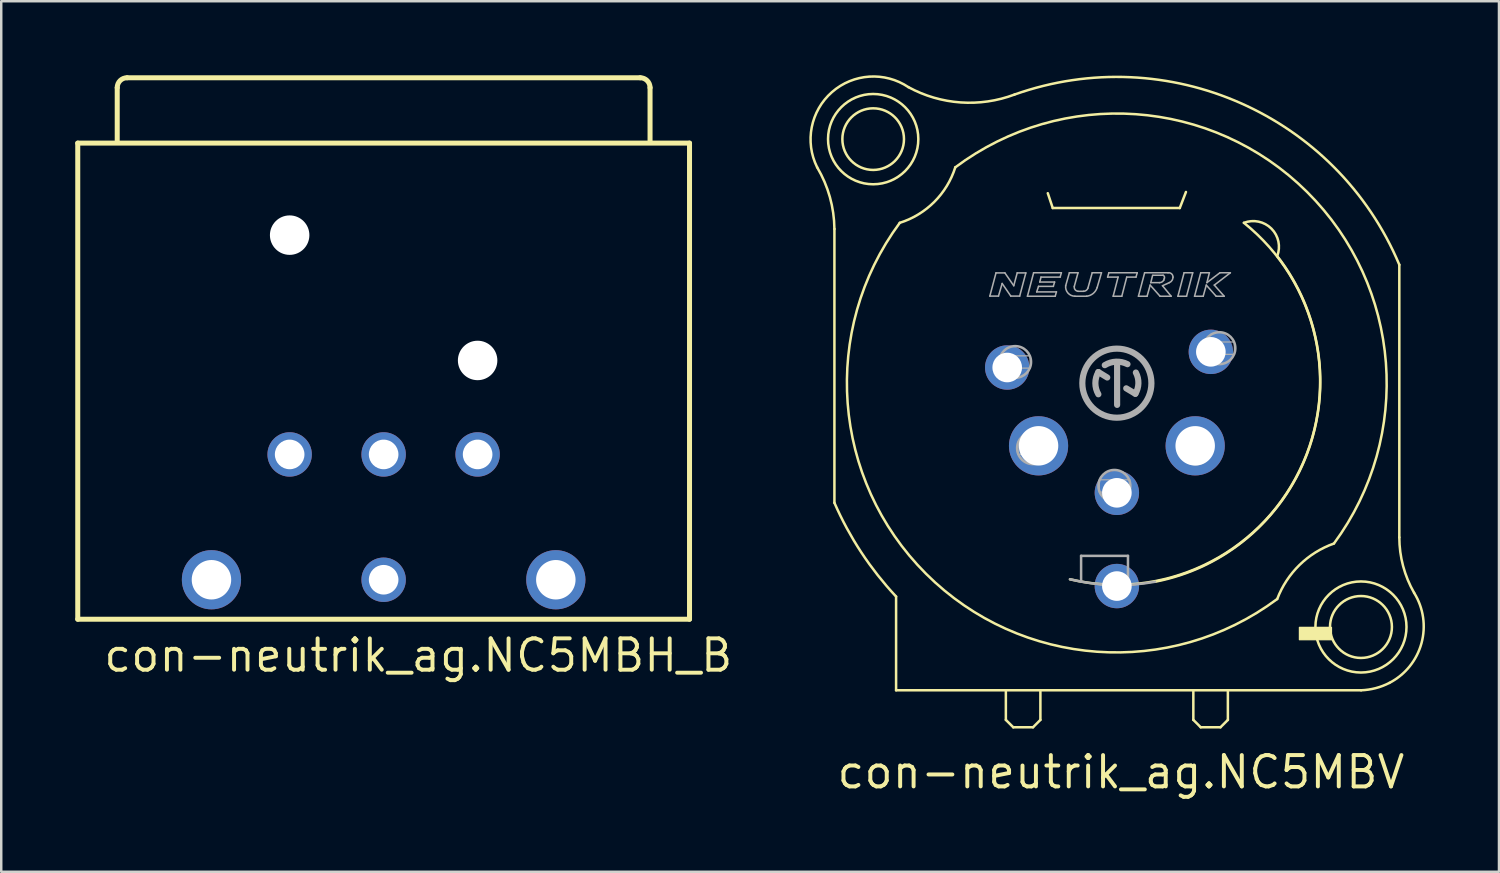
<source format=kicad_pcb>
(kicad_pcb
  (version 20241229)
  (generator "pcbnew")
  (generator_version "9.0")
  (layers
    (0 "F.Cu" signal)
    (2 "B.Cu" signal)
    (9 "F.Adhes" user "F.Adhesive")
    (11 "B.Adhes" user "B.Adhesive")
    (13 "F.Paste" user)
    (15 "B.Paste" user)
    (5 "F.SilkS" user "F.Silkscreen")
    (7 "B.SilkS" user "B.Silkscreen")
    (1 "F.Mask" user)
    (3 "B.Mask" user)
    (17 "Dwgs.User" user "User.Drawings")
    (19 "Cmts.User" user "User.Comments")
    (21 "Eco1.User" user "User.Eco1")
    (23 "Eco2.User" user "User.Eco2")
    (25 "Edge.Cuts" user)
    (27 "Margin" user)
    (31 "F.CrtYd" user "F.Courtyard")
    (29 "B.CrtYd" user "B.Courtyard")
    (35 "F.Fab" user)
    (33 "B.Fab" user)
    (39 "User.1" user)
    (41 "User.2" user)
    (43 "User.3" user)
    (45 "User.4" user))
  (footprint "con-neutrik_ag.NC5MBV"
    (layer "F.Cu")
    (at 42.226 12.483)
    (property "Reference" "con-neutrik_ag.NC5MBV" (at -11.43 16.51 0) (layer "F.SilkS") (effects (font (size 1.27 1.27) (thickness 0.16)) (justify left bottom)))
    (attr through_hole)
    (fp_line (start -11.45 -6.25) (end -11.45 4.85) (stroke (width 0.102) (type default)) (layer "F.SilkS"))
    (fp_line (start -8.95 8.65) (end -8.95 12.45) (stroke (width 0.102) (type default)) (layer "F.SilkS"))
    (fp_line (start -8.95 12.45) (end 9.9 12.45) (stroke (width 0.102) (type default)) (layer "F.SilkS"))
    (fp_line (start -4.5 12.5) (end -4.5 13.65) (stroke (width 0.102) (type default)) (layer "F.SilkS"))
    (fp_line (start -4.5 13.65) (end -4.2 13.95) (stroke (width 0.102) (type default)) (layer "F.SilkS"))
    (fp_line (start -4.2 13.95) (end -3.4 13.95) (stroke (width 0.102) (type default)) (layer "F.SilkS"))
    (fp_line (start -3.4 13.95) (end -3.1 13.65) (stroke (width 0.102) (type default)) (layer "F.SilkS"))
    (fp_line (start -3.1 13.65) (end -3.1 12.5) (stroke (width 0.102) (type default)) (layer "F.SilkS"))
    (fp_line (start -2.8 -7.7) (end -2.6 -7.1) (stroke (width 0.102) (type default)) (layer "F.SilkS"))
    (fp_line (start -2.6 -7.1) (end 2.55 -7.1) (stroke (width 0.102) (type default)) (layer "F.SilkS"))
    (fp_line (start 2.55 -7.1) (end 2.8 -7.75) (stroke (width 0.102) (type default)) (layer "F.SilkS"))
    (fp_line (start 3.1 12.5) (end 3.1 13.65) (stroke (width 0.102) (type default)) (layer "F.SilkS"))
    (fp_line (start 3.1 13.65) (end 3.4 13.95) (stroke (width 0.102) (type default)) (layer "F.SilkS"))
    (fp_line (start 3.4 13.95) (end 4.2 13.95) (stroke (width 0.102) (type default)) (layer "F.SilkS"))
    (fp_line (start 4.2 13.95) (end 4.5 13.65) (stroke (width 0.102) (type default)) (layer "F.SilkS"))
    (fp_line (start 4.5 13.65) (end 4.5 12.5) (stroke (width 0.102) (type default)) (layer "F.SilkS"))
    (fp_line (start 11.45 6.25) (end 11.45 -4.8) (stroke (width 0.102) (type default)) (layer "F.SilkS"))
    (fp_rect (start 7.4 10.4) (end 8.7 9.9) (stroke (width 0.05) (type default)) (fill yes) (layer "F.SilkS"))
    (fp_arc (start -12.15 -8.75) (mid -11.634641 -7.5463) (end -11.45 -6.25) (stroke (width 0.1016) (type default)) (layer "F.SilkS"))
    (fp_arc (start -12.15 -8.75) (mid -11.550563 -11.798718) (end -8.45 -12) (stroke (width 0.1016) (type default)) (layer "F.SilkS"))
    (fp_arc (start -8.95 8.65) (mid -10.362445 6.856872) (end -11.45 4.85) (stroke (width 0.1016) (type default)) (layer "F.SilkS"))
    (fp_arc (start -6.55 -8.75) (mid -7.399996 -7.349996) (end -8.8 -6.5) (stroke (width 0.1016) (type default)) (layer "F.SilkS"))
    (fp_arc (start -6.55 -8.75) (mid 7.709647 -7.752825) (end 8.8 6.5) (stroke (width 0.1016) (type default)) (layer "F.SilkS"))
    (fp_arc (start -4.15 -11.7) (mid -6.332781 -11.380141) (end -8.45 -12) (stroke (width 0.1016) (type default)) (layer "F.SilkS"))
    (fp_arc (start -4.15 -11.7) (mid 5.021613 -11.351038) (end 11.45 -4.8) (stroke (width 0.1016) (type default)) (layer "F.SilkS"))
    (fp_arc (start 5.15 -6.5) (mid 7.4058 3.54539) (end -1.9 7.95) (stroke (width 0.1016) (type default)) (layer "F.SilkS"))
    (fp_arc (start 5.15 -6.5) (mid 6.265153 -6.265153) (end 6.5 -5.15) (stroke (width 0.1016) (type default)) (layer "F.SilkS"))
    (fp_arc (start 6.5 -5.15) (mid 7.719786 2.835545) (end 1.55 8.05) (stroke (width 0.1016) (type default)) (layer "F.SilkS"))
    (fp_arc (start 6.5 8.75) (mid -7.733301 7.729886) (end -8.8 -6.5) (stroke (width 0.1016) (type default)) (layer "F.SilkS"))
    (fp_arc (start 6.5 8.75) (mid 7.402433 7.371932) (end 8.8 6.5) (stroke (width 0.1016) (type default)) (layer "F.SilkS"))
    (fp_arc (start 11.05 12.15) (mid 10.491533 12.363377) (end 9.9 12.45) (stroke (width 0.1016) (type default)) (layer "F.SilkS"))
    (fp_arc (start 12.05 8.5) (mid 12.348211 10.543688) (end 11.05 12.15) (stroke (width 0.1016) (type default)) (layer "F.SilkS"))
    (fp_arc (start 12.05 8.5) (mid 11.603713 7.41401) (end 11.45 6.25) (stroke (width 0.1016) (type default)) (layer "F.SilkS"))
    (fp_circle (center -9.879 -9.893) (end -8.63 -9.893) (stroke (width 0.102) (type default)) (fill no) (layer "F.SilkS"))
    (fp_circle (center -9.879 -9.893) (end -8.049 -9.893) (stroke (width 0.102) (type default)) (fill no) (layer "F.SilkS"))
    (fp_circle (center 9.895 9.884) (end 11.15 9.884) (stroke (width 0.102) (type default)) (fill no) (layer "F.SilkS"))
    (fp_circle (center 9.895 9.884) (end 11.741 9.884) (stroke (width 0.102) (type default)) (fill no) (layer "F.SilkS"))
    (fp_line (start -5.15 -3.53) (end -4.9 -4.47) (stroke (width 0.063) (type default)) (layer "F.Fab"))
    (fp_line (start -4.9 -4.47) (end -4.54 -4.47) (stroke (width 0.063) (type default)) (layer "F.Fab"))
    (fp_line (start -4.8 -3.53) (end -5.15 -3.53) (stroke (width 0.063) (type default)) (layer "F.Fab"))
    (fp_line (start -4.65 -4.04) (end -4.8 -3.53) (stroke (width 0.063) (type default)) (layer "F.Fab"))
    (fp_line (start -4.54 -4.47) (end -4.18 -3.95) (stroke (width 0.063) (type default)) (layer "F.Fab"))
    (fp_line (start -4.3 -3.53) (end -4.65 -4.04) (stroke (width 0.063) (type default)) (layer "F.Fab"))
    (fp_line (start -4.18 -3.95) (end -4.04 -4.47) (stroke (width 0.063) (type default)) (layer "F.Fab"))
    (fp_line (start -4.04 -4.47) (end -3.69 -4.47) (stroke (width 0.063) (type default)) (layer "F.Fab"))
    (fp_line (start -3.94 -3.53) (end -4.3 -3.53) (stroke (width 0.063) (type default)) (layer "F.Fab"))
    (fp_line (start -3.69 -4.47) (end -3.94 -3.53) (stroke (width 0.063) (type default)) (layer "F.Fab"))
    (fp_line (start -3.625 -3.525) (end -3.375 -4.475) (stroke (width 0.063) (type default)) (layer "F.Fab"))
    (fp_line (start -3.375 -4.475) (end -2.25 -4.475) (stroke (width 0.063) (type default)) (layer "F.Fab"))
    (fp_line (start -3.25 -3.7) (end -2.45 -3.7) (stroke (width 0.063) (type default)) (layer "F.Fab"))
    (fp_line (start -3.175 -3.925) (end -3.25 -3.7) (stroke (width 0.063) (type default)) (layer "F.Fab"))
    (fp_line (start -3.125 -4.1) (end -2.525 -4.1) (stroke (width 0.063) (type default)) (layer "F.Fab"))
    (fp_line (start -3.075 -4.3) (end -3.125 -4.1) (stroke (width 0.063) (type default)) (layer "F.Fab"))
    (fp_line (start -2.575 -3.925) (end -3.175 -3.925) (stroke (width 0.063) (type default)) (layer "F.Fab"))
    (fp_line (start -2.525 -4.1) (end -2.575 -3.925) (stroke (width 0.063) (type default)) (layer "F.Fab"))
    (fp_line (start -2.5 -3.525) (end -3.625 -3.525) (stroke (width 0.063) (type default)) (layer "F.Fab"))
    (fp_line (start -2.45 -3.7) (end -2.5 -3.525) (stroke (width 0.063) (type default)) (layer "F.Fab"))
    (fp_line (start -2.3 -4.3) (end -3.075 -4.3) (stroke (width 0.063) (type default)) (layer "F.Fab"))
    (fp_line (start -2.25 -4.475) (end -2.3 -4.3) (stroke (width 0.063) (type default)) (layer "F.Fab"))
    (fp_line (start -2.075 -3.95) (end -1.925 -4.475) (stroke (width 0.063) (type default)) (layer "F.Fab"))
    (fp_line (start -1.925 -4.475) (end -1.575 -4.475) (stroke (width 0.063) (type default)) (layer "F.Fab"))
    (fp_line (start -1.575 -4.475) (end -1.725 -3.925) (stroke (width 0.063) (type default)) (layer "F.Fab"))
    (fp_line (start -1.575 -3.725) (end -1.35 -3.725) (stroke (width 0.063) (type default)) (layer "F.Fab"))
    (fp_line (start -1.45 7) (end 0.45 7) (stroke (width 0.102) (type default)) (layer "F.Fab"))
    (fp_line (start -1.45 8) (end -1.45 7) (stroke (width 0.102) (type default)) (layer "F.Fab"))
    (fp_line (start -1.225 -3.525) (end -1.7 -3.525) (stroke (width 0.063) (type default)) (layer "F.Fab"))
    (fp_line (start -1.175 -3.85) (end -1 -4.475) (stroke (width 0.063) (type default)) (layer "F.Fab"))
    (fp_line (start -1 -4.475) (end -0.625 -4.475) (stroke (width 0.063) (type default)) (layer "F.Fab"))
    (fp_line (start -0.75 -0.45) (end -0.39 -0.23) (stroke (width 0.25) (type default)) (layer "F.Fab"))
    (fp_line (start -0.625 -4.475) (end -0.8 -3.875) (stroke (width 0.063) (type default)) (layer "F.Fab"))
    (fp_line (start -0.375 -4.3) (end -0.325 -4.475) (stroke (width 0.063) (type default)) (layer "F.Fab"))
    (fp_line (start -0.325 -4.475) (end 0.825 -4.475) (stroke (width 0.063) (type default)) (layer "F.Fab"))
    (fp_line (start -0.15 -3.525) (end 0.05 -4.3) (stroke (width 0.063) (type default)) (layer "F.Fab"))
    (fp_line (start 0.01 0.88) (end 0.01 -0.78) (stroke (width 0.25) (type default)) (layer "F.Fab"))
    (fp_line (start 0.05 -4.3) (end -0.375 -4.3) (stroke (width 0.063) (type default)) (layer "F.Fab"))
    (fp_line (start 0.2 -3.525) (end -0.15 -3.525) (stroke (width 0.063) (type default)) (layer "F.Fab"))
    (fp_line (start 0.38 0.21) (end 0.75 0.43) (stroke (width 0.25) (type default)) (layer "F.Fab"))
    (fp_line (start 0.4 -4.3) (end 0.2 -3.525) (stroke (width 0.063) (type default)) (layer "F.Fab"))
    (fp_line (start 0.45 7) (end 0.45 8.15) (stroke (width 0.102) (type default)) (layer "F.Fab"))
    (fp_line (start 0.775 -4.3) (end 0.4 -4.3) (stroke (width 0.063) (type default)) (layer "F.Fab"))
    (fp_line (start 0.825 -4.475) (end 0.775 -4.3) (stroke (width 0.063) (type default)) (layer "F.Fab"))
    (fp_line (start 0.875 -3.525) (end 1.125 -4.475) (stroke (width 0.063) (type default)) (layer "F.Fab"))
    (fp_line (start 1.125 -4.475) (end 2.075 -4.475) (stroke (width 0.063) (type default)) (layer "F.Fab"))
    (fp_line (start 1.225 -3.525) (end 0.875 -3.525) (stroke (width 0.063) (type default)) (layer "F.Fab"))
    (fp_line (start 1.35 -3.975) (end 1.225 -3.525) (stroke (width 0.063) (type default)) (layer "F.Fab"))
    (fp_line (start 1.375 -4.075) (end 1.725 -4.075) (stroke (width 0.063) (type default)) (layer "F.Fab"))
    (fp_line (start 1.45 -4.375) (end 1.375 -4.075) (stroke (width 0.063) (type default)) (layer "F.Fab"))
    (fp_line (start 1.75 -3.525) (end 1.35 -3.975) (stroke (width 0.063) (type default)) (layer "F.Fab"))
    (fp_line (start 1.85 -3.95) (end 2.2 -3.525) (stroke (width 0.063) (type default)) (layer "F.Fab"))
    (fp_line (start 1.875 -4.375) (end 1.475 -4.375) (stroke (width 0.063) (type default)) (layer "F.Fab"))
    (fp_line (start 1.9 -4.175) (end 1.925 -4.25) (stroke (width 0.063) (type default)) (layer "F.Fab"))
    (fp_line (start 2.125 -4.075) (end 1.85 -3.95) (stroke (width 0.063) (type default)) (layer "F.Fab"))
    (fp_line (start 2.2 -3.525) (end 1.75 -3.525) (stroke (width 0.063) (type default)) (layer "F.Fab"))
    (fp_line (start 2.475 -3.525) (end 2.725 -4.475) (stroke (width 0.063) (type default)) (layer "F.Fab"))
    (fp_line (start 2.725 -4.475) (end 3.075 -4.475) (stroke (width 0.063) (type default)) (layer "F.Fab"))
    (fp_line (start 2.825 -3.525) (end 2.475 -3.525) (stroke (width 0.063) (type default)) (layer "F.Fab"))
    (fp_line (start 3.075 -4.475) (end 2.825 -3.525) (stroke (width 0.063) (type default)) (layer "F.Fab"))
    (fp_line (start 3.15 -3.525) (end 3.5 -3.525) (stroke (width 0.063) (type default)) (layer "F.Fab"))
    (fp_line (start 3.4 -4.475) (end 3.15 -3.525) (stroke (width 0.063) (type default)) (layer "F.Fab"))
    (fp_line (start 3.5 -3.525) (end 3.625 -3.975) (stroke (width 0.063) (type default)) (layer "F.Fab"))
    (fp_line (start 3.625 -3.975) (end 4.025 -3.525) (stroke (width 0.063) (type default)) (layer "F.Fab"))
    (fp_line (start 3.65 -4.075) (end 3.75 -4.475) (stroke (width 0.063) (type default)) (layer "F.Fab"))
    (fp_line (start 3.75 -4.475) (end 3.4 -4.475) (stroke (width 0.063) (type default)) (layer "F.Fab"))
    (fp_line (start 3.95 -3.975) (end 4.6 -4.475) (stroke (width 0.063) (type default)) (layer "F.Fab"))
    (fp_line (start 4.025 -3.525) (end 4.35 -3.525) (stroke (width 0.063) (type default)) (layer "F.Fab"))
    (fp_line (start 4.175 -4.475) (end 3.65 -4.075) (stroke (width 0.063) (type default)) (layer "F.Fab"))
    (fp_line (start 4.35 -3.525) (end 3.95 -3.975) (stroke (width 0.063) (type default)) (layer "F.Fab"))
    (fp_line (start 4.6 -4.475) (end 4.175 -4.475) (stroke (width 0.063) (type default)) (layer "F.Fab"))
    (fp_rect (start -4.727 -0.61) (end -3.511 -1.108) (stroke (width 0.05) (type default)) (fill no) (layer "F.Fab"))
    (fp_rect (start -4.011 2.887) (end -2.797 2.386) (stroke (width 0.05) (type default)) (fill no) (layer "F.Fab"))
    (fp_rect (start -0.71 4.416) (end 0.526 3.917) (stroke (width 0.05) (type default)) (fill no) (layer "F.Fab"))
    (fp_rect (start 2.56 2.889) (end 3.797 2.388) (stroke (width 0.05) (type default)) (fill no) (layer "F.Fab"))
    (fp_rect (start 3.546 -1.168) (end 4.765 -1.669) (stroke (width 0.05) (type default)) (fill no) (layer "F.Fab"))
    (fp_arc (start -1.7 -3.525) (mid -1.982521 -3.653658) (end -2.075 -3.95) (stroke (width 0.0634) (type default)) (layer "F.Fab"))
    (fp_arc (start -1.575 -3.725) (mid -1.69424 -3.79182) (end -1.725 -3.925) (stroke (width 0.0634) (type default)) (layer "F.Fab"))
    (fp_arc (start -1.175 -3.85) (mid -1.243029 -3.76024) (end -1.35 -3.725) (stroke (width 0.0634) (type default)) (layer "F.Fab"))
    (fp_arc (start -0.8 -3.875) (mid -0.960299 -3.636613) (end -1.225 -3.525) (stroke (width 0.0634) (type default)) (layer "F.Fab"))
    (fp_arc (start -0.75 0.45) (mid -0.871403 0) (end -0.75 -0.45) (stroke (width 0.25) (type default)) (layer "F.Fab"))
    (fp_arc (start -0.49 -0.73) (mid -0.035246 -0.870662) (end 0.43 -0.77) (stroke (width 0.25) (type default)) (layer "F.Fab"))
    (fp_arc (start 0.77 -0.43) (mid 0.873225 0.002633) (end 0.75 0.43) (stroke (width 0.25) (type default)) (layer "F.Fab"))
    (fp_arc (start 1.55 8.05) (mid -0.180258 8.181405) (end -1.9 7.95) (stroke (width 0.1016) (type default)) (layer "F.Fab"))
    (fp_arc (start 1.875 -4.375) (mid 1.925888 -4.322855) (end 1.925 -4.25) (stroke (width 0.0634) (type default)) (layer "F.Fab"))
    (fp_arc (start 1.9 -4.175) (mid 1.82636 -4.100745) (end 1.725 -4.075) (stroke (width 0.0634) (type default)) (layer "F.Fab"))
    (fp_arc (start 2.075 -4.475) (mid 2.215618 -4.433921) (end 2.275 -4.3) (stroke (width 0.0634) (type default)) (layer "F.Fab"))
    (fp_arc (start 2.275 -4.3) (mid 2.235142 -4.164072) (end 2.125 -4.075) (stroke (width 0.0634) (type default)) (layer "F.Fab"))
    (fp_circle (center -4.12 -0.86) (end -3.478 -0.86) (stroke (width 0.102) (type default)) (fill no) (layer "F.Fab"))
    (fp_circle (center -3.397 2.636) (end -2.75 2.636) (stroke (width 0.102) (type default)) (fill no) (layer "F.Fab"))
    (fp_circle (center -0.1 4.165) (end 0.547 4.165) (stroke (width 0.102) (type default)) (fill no) (layer "F.Fab"))
    (fp_circle (center 0 0) (end 1.4 0) (stroke (width 0.25) (type default)) (fill no) (layer "F.Fab"))
    (fp_circle (center 3.196 2.637) (end 3.844 2.637) (stroke (width 0.102) (type default)) (fill no) (layer "F.Fab"))
    (fp_circle (center 4.156 -1.418) (end 4.803 -1.418) (stroke (width 0.102) (type default)) (fill no) (layer "F.Fab"))
    (pad "1" thru_hole circle (at -4.445 -0.635) (size 1.8 1.8) (drill 1.2) (layers "*.Cu" "*.Mask"))
    (pad "2" thru_hole circle (at -3.175 2.54) (size 2.4 2.4) (drill 1.6) (layers "*.Cu" "*.Mask"))
    (pad "3" thru_hole circle (at 0 4.445) (size 1.8 1.8) (drill 1.2) (layers "*.Cu" "*.Mask"))
    (pad "4" thru_hole circle (at 3.175 2.54) (size 2.4 2.4) (drill 1.6) (layers "*.Cu" "*.Mask"))
    (pad "5" thru_hole circle (at 3.81 -1.27) (size 1.8 1.8) (drill 1.2) (layers "*.Cu" "*.Mask"))
    (pad "G" thru_hole circle (at 0 8.225) (size 1.8 1.8) (drill 1.2) (layers "*.Cu" "*.Mask")))
  (footprint "con-neutrik_ag.NC5MBH_B"
    (layer "F.Cu")
    (at 12.502 15.372)
    (property "Reference" "con-neutrik_ag.NC5MBH_B" (at -11.43 8.89 0) (layer "F.SilkS") (effects (font (size 1.27 1.27) (thickness 0.16)) (justify left bottom)))
    (attr through_hole)
    (fp_line (start -12.4 -12.62) (end 12.4 -12.62) (stroke (width 0.203) (type default)) (layer "F.SilkS"))
    (fp_line (start -12.4 6.68) (end -12.4 -12.62) (stroke (width 0.203) (type default)) (layer "F.SilkS"))
    (fp_line (start -10.8 -12.72) (end -10.8 -14.87) (stroke (width 0.203) (type default)) (layer "F.SilkS"))
    (fp_line (start -10.4 -15.27) (end 10.4 -15.27) (stroke (width 0.203) (type default)) (layer "F.SilkS"))
    (fp_line (start 10.8 -14.87) (end 10.8 -12.72) (stroke (width 0.203) (type default)) (layer "F.SilkS"))
    (fp_line (start 12.4 -12.62) (end 12.4 6.68) (stroke (width 0.203) (type default)) (layer "F.SilkS"))
    (fp_line (start 12.4 6.68) (end -12.4 6.68) (stroke (width 0.203) (type default)) (layer "F.SilkS"))
    (fp_arc (start -10.8 -14.87) (mid -10.682843 -15.152843) (end -10.4 -15.27) (stroke (width 0.2032) (type default)) (layer "F.SilkS"))
    (fp_arc (start 10.4 -15.27) (mid 10.682843 -15.152843) (end 10.8 -14.87) (stroke (width 0.2032) (type default)) (layer "F.SilkS"))
    (pad "" np_thru_hole circle (at -3.81 -8.89) (size 1.6 1.6) (drill 1.6) (layers "*.Cu" "*.Mask"))
    (pad "" np_thru_hole circle (at 3.81 -3.81) (size 1.6 1.6) (drill 1.6) (layers "*.Cu" "*.Mask"))
    (pad "1" thru_hole circle (at 6.98 5.08) (size 2.4 2.4) (drill 1.6) (layers "*.Cu" "*.Mask"))
    (pad "2" thru_hole circle (at 3.81 0) (size 1.8 1.8) (drill 1.2) (layers "*.Cu" "*.Mask"))
    (pad "3" thru_hole circle (at 0 5.08) (size 1.8 1.8) (drill 1.2) (layers "*.Cu" "*.Mask"))
    (pad "4" thru_hole circle (at -3.81 0) (size 1.8 1.8) (drill 1.2) (layers "*.Cu" "*.Mask"))
    (pad "5" thru_hole circle (at -6.98 5.08) (size 2.4 2.4) (drill 1.6) (layers "*.Cu" "*.Mask"))
    (pad "G" thru_hole circle (at 0 0) (size 1.8 1.8) (drill 1.2) (layers "*.Cu" "*.Mask")))
  (gr_rect
    (start -3 -3)
    (end 57.716 32.29)
    (stroke (width 0.1) (type default))
    (fill no)
    (layer "Edge.Cuts")))
</source>
